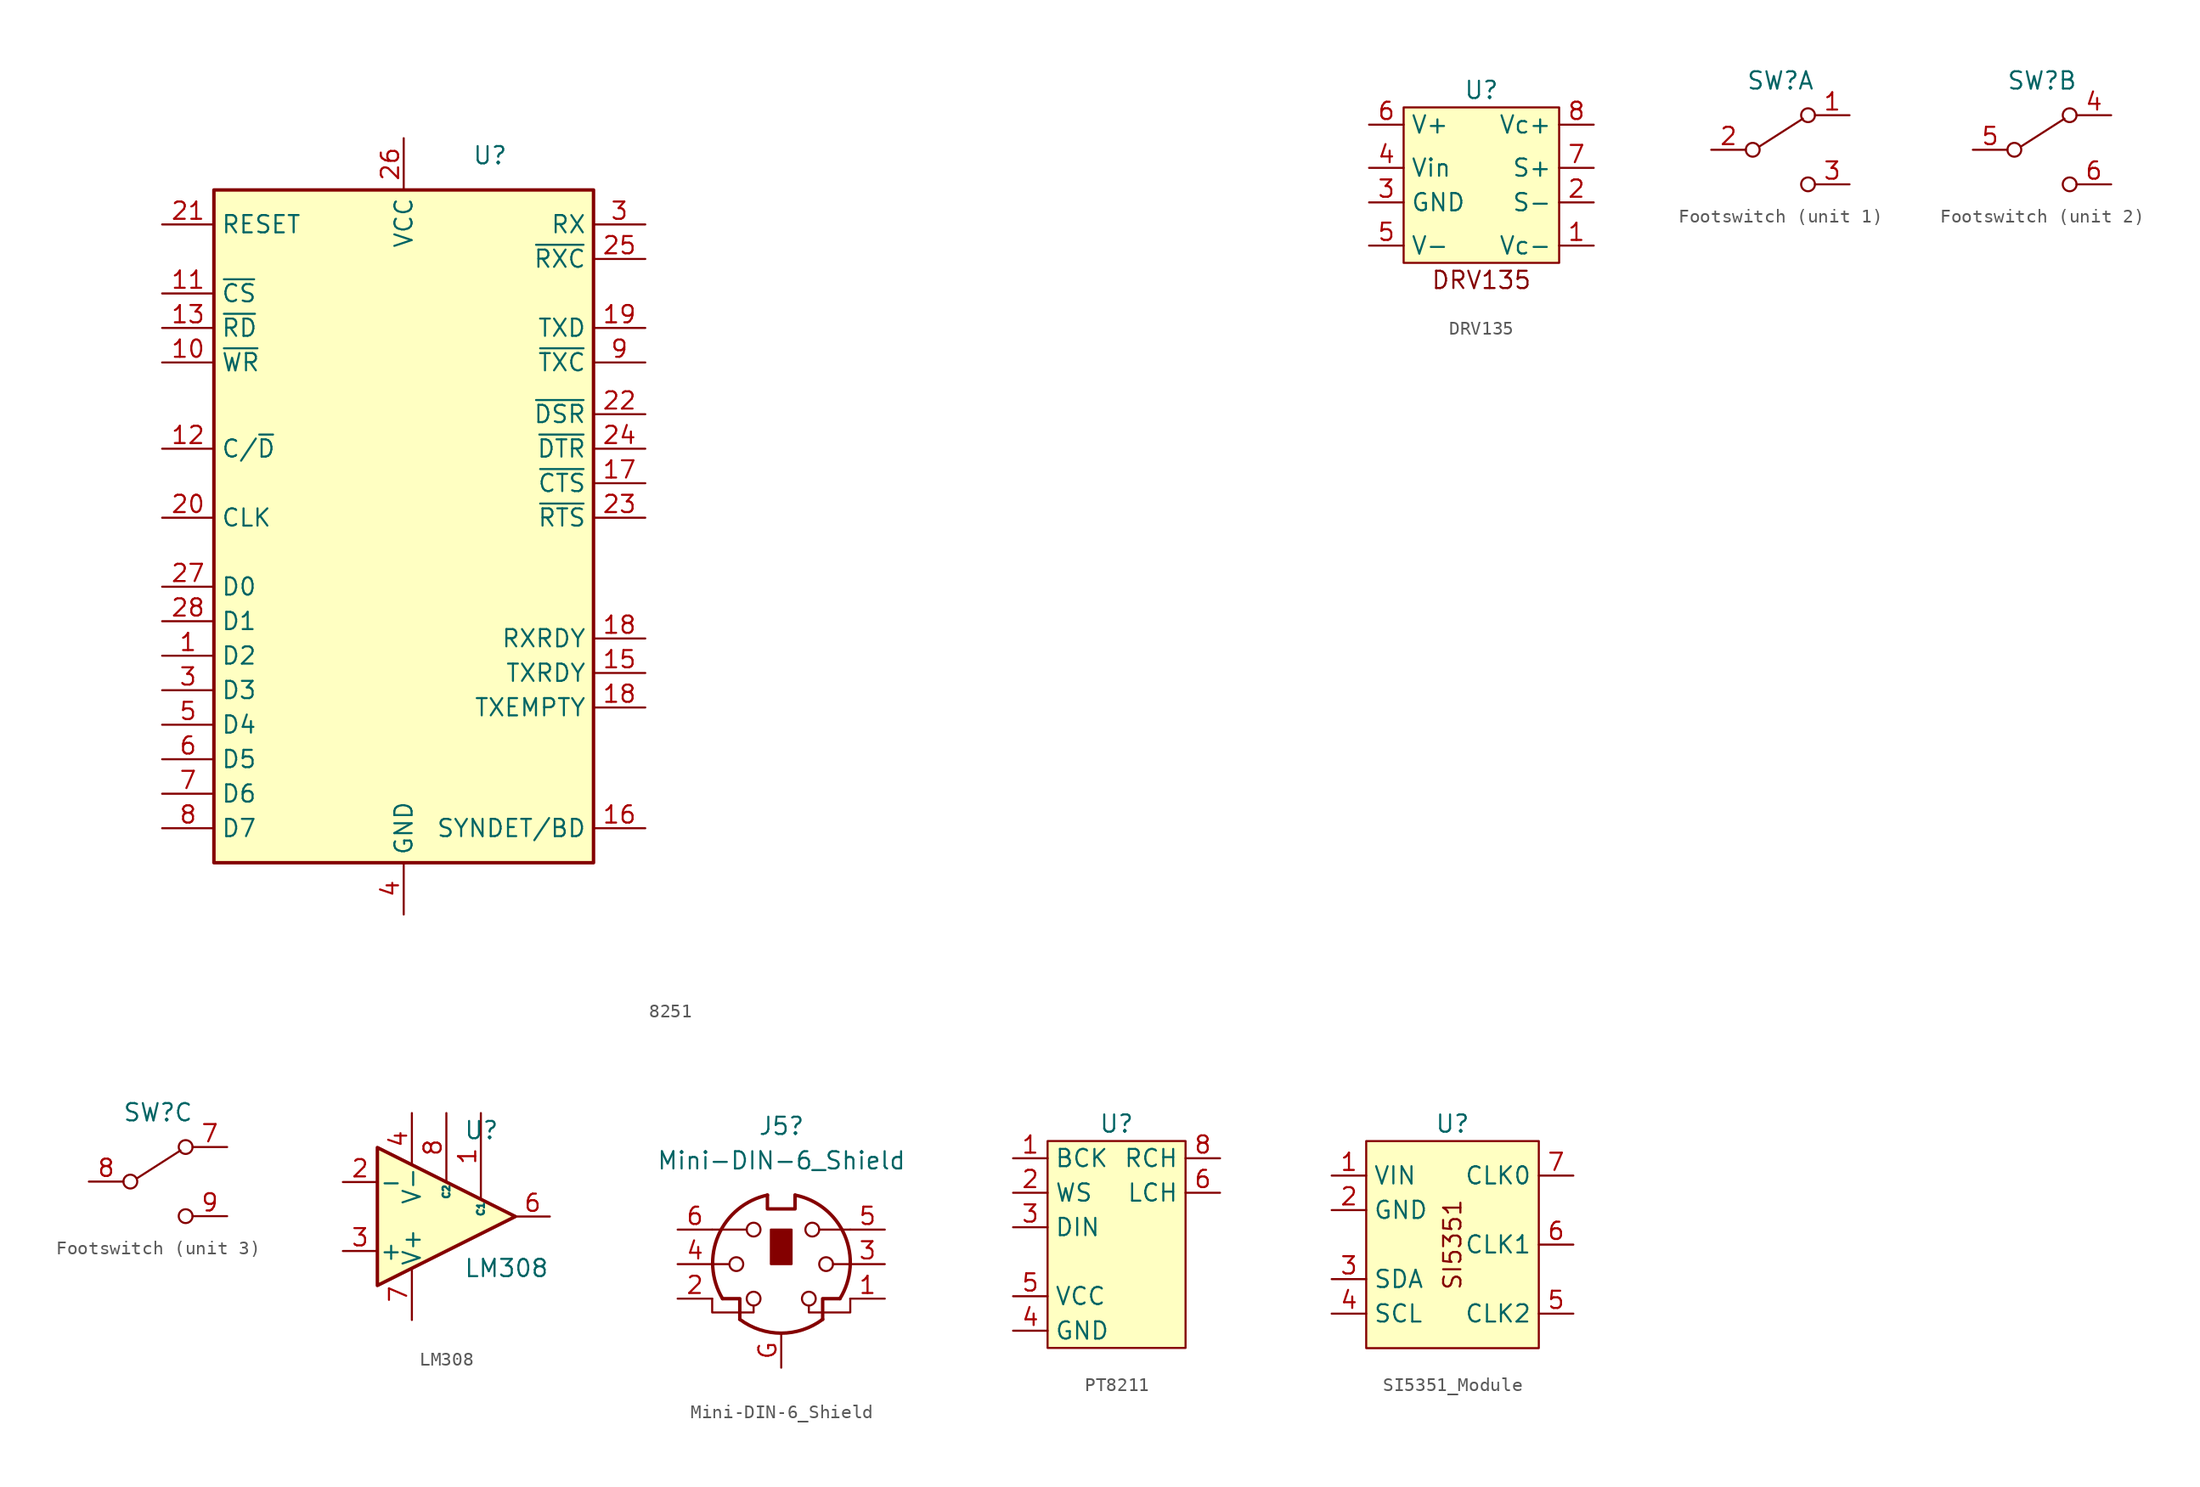
<source format=kicad_sym>
(kicad_symbol_lib
  (version 20220914)
  (generator kicad_symbol_editor)
  (symbol "8251"
    (property "Reference" "U"
      (at 6.35 34.29 0)
      (effects (font (size 1.27 1.27))))
    (property "Value" ""
      (at 57.15 12.7 0)
      (effects (font (size 1.27 1.27))))
    (symbol "8251_1_1"
      (rectangle (start -13.97 31.75) (end 13.97 -17.78) (stroke (width 0.254) (type default)) (fill (type background)))
      (pin bidirectional line (at -17.78 -2.54 0) (length 3.81) (name "D2" (effects (font (size 1.27 1.27)))) (number "1" (effects (font (size 1.27 1.27)))))
      (pin input line (at -17.78 19.05 0) (length 3.81) (name "~{WR}" (effects (font (size 1.27 1.27)))) (number "10" (effects (font (size 1.27 1.27)))))
      (pin input line (at -17.78 24.13 0) (length 3.81) (name "~{CS}" (effects (font (size 1.27 1.27)))) (number "11" (effects (font (size 1.27 1.27)))))
      (pin input line (at -17.78 12.7 0) (length 3.81) (name "C/~{D}" (effects (font (size 1.27 1.27)))) (number "12" (effects (font (size 1.27 1.27)))))
      (pin input line (at -17.78 21.59 0) (length 3.81) (name "~{RD}" (effects (font (size 1.27 1.27)))) (number "13" (effects (font (size 1.27 1.27)))))
      (pin output line (at 17.78 -3.81 180) (length 3.81) (name "TXRDY" (effects (font (size 1.27 1.27)))) (number "15" (effects (font (size 1.27 1.27)))))
      (pin bidirectional line (at 17.78 -15.24 180) (length 3.81) (name "SYNDET/BD" (effects (font (size 1.27 1.27)))) (number "16" (effects (font (size 1.27 1.27)))))
      (pin input line (at 17.78 10.16 180) (length 3.81) (name "~{CTS}" (effects (font (size 1.27 1.27)))) (number "17" (effects (font (size 1.27 1.27)))))
      (pin output line (at 17.78 -1.27 180) (length 3.81) (name "RXRDY" (effects (font (size 1.27 1.27)))) (number "18" (effects (font (size 1.27 1.27)))))
      (pin output line (at 17.78 -6.35 180) (length 3.81) (name "TXEMPTY" (effects (font (size 1.27 1.27)))) (number "18" (effects (font (size 1.27 1.27)))))
      (pin output line (at 17.78 21.59 180) (length 3.81) (name "TXD" (effects (font (size 1.27 1.27)))) (number "19" (effects (font (size 1.27 1.27)))))
      (pin input line (at -17.78 7.62 0) (length 3.81) (name "CLK" (effects (font (size 1.27 1.27)))) (number "20" (effects (font (size 1.27 1.27)))))
      (pin input line (at -17.78 29.21 0) (length 3.81) (name "RESET" (effects (font (size 1.27 1.27)))) (number "21" (effects (font (size 1.27 1.27)))))
      (pin input line (at 17.78 15.24 180) (length 3.81) (name "~{DSR}" (effects (font (size 1.27 1.27)))) (number "22" (effects (font (size 1.27 1.27)))))
      (pin output line (at 17.78 7.62 180) (length 3.81) (name "~{RTS}" (effects (font (size 1.27 1.27)))) (number "23" (effects (font (size 1.27 1.27)))))
      (pin output line (at 17.78 12.7 180) (length 3.81) (name "~{DTR}" (effects (font (size 1.27 1.27)))) (number "24" (effects (font (size 1.27 1.27)))))
      (pin input line (at 17.78 26.67 180) (length 3.81) (name "~{RXC}" (effects (font (size 1.27 1.27)))) (number "25" (effects (font (size 1.27 1.27)))))
      (pin power_in line (at 0 35.56 270) (length 3.81) (name "VCC" (effects (font (size 1.27 1.27)))) (number "26" (effects (font (size 1.27 1.27)))))
      (pin bidirectional line (at -17.78 2.54 0) (length 3.81) (name "D0" (effects (font (size 1.27 1.27)))) (number "27" (effects (font (size 1.27 1.27)))))
      (pin bidirectional line (at -17.78 0 0) (length 3.81) (name "D1" (effects (font (size 1.27 1.27)))) (number "28" (effects (font (size 1.27 1.27)))))
      (pin bidirectional line (at -17.78 -5.08 0) (length 3.81) (name "D3" (effects (font (size 1.27 1.27)))) (number "3" (effects (font (size 1.27 1.27)))))
      (pin input line (at 17.78 29.21 180) (length 3.81) (name "RX" (effects (font (size 1.27 1.27)))) (number "3" (effects (font (size 1.27 1.27)))))
      (pin power_in line (at 0 -21.59 90) (length 3.81) (name "GND" (effects (font (size 1.27 1.27)))) (number "4" (effects (font (size 1.27 1.27)))))
      (pin bidirectional line (at -17.78 -7.62 0) (length 3.81) (name "D4" (effects (font (size 1.27 1.27)))) (number "5" (effects (font (size 1.27 1.27)))))
      (pin bidirectional line (at -17.78 -10.16 0) (length 3.81) (name "D5" (effects (font (size 1.27 1.27)))) (number "6" (effects (font (size 1.27 1.27)))))
      (pin bidirectional line (at -17.78 -12.7 0) (length 3.81) (name "D6" (effects (font (size 1.27 1.27)))) (number "7" (effects (font (size 1.27 1.27)))))
      (pin bidirectional line (at -17.78 -15.24 0) (length 3.81) (name "D7" (effects (font (size 1.27 1.27)))) (number "8" (effects (font (size 1.27 1.27)))))
      (pin input line (at 17.78 19.05 180) (length 3.81) (name "~{TXC}" (effects (font (size 1.27 1.27)))) (number "9" (effects (font (size 1.27 1.27)))))))
  (symbol "DRV135"
    (property "Reference" "U"
      (at 0 6.985 0)
      (effects (font (size 1.27 1.27))))
    (property "Value" ""
      (at 0 0 0)
      (effects (font (size 1.27 1.27))))
    (symbol "DRV135_1_1"
      (rectangle (start -5.715 5.715) (end 5.715 -5.715) (stroke (width 0) (type default)) (fill (type background)))
      (text "DRV135\n" (at 0 -6.985 0) (effects (font (size 1.27 1.27))))
      (pin output line (at 8.255 -4.445 180) (length 2.54) (name "Vc-" (effects (font (size 1.27 1.27)))) (number "1" (effects (font (size 1.27 1.27)))))
      (pin output line (at 8.255 -1.27 180) (length 2.54) (name "S-" (effects (font (size 1.27 1.27)))) (number "2" (effects (font (size 1.27 1.27)))))
      (pin input line (at -8.255 -1.27 0) (length 2.54) (name "GND" (effects (font (size 1.27 1.27)))) (number "3" (effects (font (size 1.27 1.27)))))
      (pin input line (at -8.255 1.27 0) (length 2.54) (name "Vin" (effects (font (size 1.27 1.27)))) (number "4" (effects (font (size 1.27 1.27)))))
      (pin power_in line (at -8.255 -4.445 0) (length 2.54) (name "V-" (effects (font (size 1.27 1.27)))) (number "5" (effects (font (size 1.27 1.27)))))
      (pin power_in line (at -8.255 4.445 0) (length 2.54) (name "V+" (effects (font (size 1.27 1.27)))) (number "6" (effects (font (size 1.27 1.27)))))
      (pin output line (at 8.255 1.27 180) (length 2.54) (name "S+" (effects (font (size 1.27 1.27)))) (number "7" (effects (font (size 1.27 1.27)))))
      (pin output line (at 8.255 4.445 180) (length 2.54) (name "Vc+" (effects (font (size 1.27 1.27)))) (number "8" (effects (font (size 1.27 1.27)))))))
  (symbol "Footswitch"
    (property "Reference" "SW"
      (at 0 5.08 0)
      (effects (font (size 1.27 1.27))))
    (property "Value" ""
      (at 0 0 0)
      (effects (font (size 1.27 1.27))))
    (property "ki_locked" ""
      (at 0 0 0)
      (effects (font (size 1.27 1.27))))
    (symbol "Footswitch_0_0"
      (circle (center -2.032 0) (radius 0.508) (stroke (width 0) (type default)) (fill (type none)))
      (circle (center 2.032 -2.54) (radius 0.508) (stroke (width 0) (type default)) (fill (type none))))
    (symbol "Footswitch_0_1"
      (polyline (pts (xy -1.524 0.254) (xy 1.651 2.286)) (stroke (width 0) (type default)) (fill (type none)))
      (circle (center 2.032 2.54) (radius 0.508) (stroke (width 0) (type default)) (fill (type none))))
    (symbol "Footswitch_1_1"
      (pin passive line (at 5.08 2.54 180) (length 2.54) (name "" (effects (font (size 1.27 1.27)))) (number "1" (effects (font (size 1.27 1.27)))))
      (pin passive line (at -5.08 0 0) (length 2.54) (name "" (effects (font (size 1.27 1.27)))) (number "2" (effects (font (size 1.27 1.27)))))
      (pin passive line (at 5.08 -2.54 180) (length 2.54) (name "" (effects (font (size 1.27 1.27)))) (number "3" (effects (font (size 1.27 1.27))))))
    (symbol "Footswitch_2_1"
      (pin passive line (at 5.08 2.54 180) (length 2.54) (name "" (effects (font (size 1.27 1.27)))) (number "4" (effects (font (size 1.27 1.27)))))
      (pin passive line (at -5.08 0 0) (length 2.54) (name "" (effects (font (size 1.27 1.27)))) (number "5" (effects (font (size 1.27 1.27)))))
      (pin passive line (at 5.08 -2.54 180) (length 2.54) (name "" (effects (font (size 1.27 1.27)))) (number "6" (effects (font (size 1.27 1.27))))))
    (symbol "Footswitch_3_1"
      (pin passive line (at 5.08 2.54 180) (length 2.54) (name "" (effects (font (size 1.27 1.27)))) (number "7" (effects (font (size 1.27 1.27)))))
      (pin passive line (at -5.08 0 0) (length 2.54) (name "" (effects (font (size 1.27 1.27)))) (number "8" (effects (font (size 1.27 1.27)))))
      (pin passive line (at 5.08 -2.54 180) (length 2.54) (name "" (effects (font (size 1.27 1.27)))) (number "9" (effects (font (size 1.27 1.27)))))))
  (symbol "LM308"
    (pin_names
      (offset 0.127))
    (property "Reference" "U"
      (at 1.27 6.35 0)
      (effects (font (size 1.27 1.27)) (justify left)))
    (property "Value" "LM308"
      (at 1.27 -3.81 0)
      (effects (font (size 1.27 1.27)) (justify left)))
    (symbol "LM308_0_1"
      (polyline (pts (xy -5.08 5.08) (xy 5.08 0) (xy -5.08 -5.08) (xy -5.08 5.08)) (stroke (width 0.254) (type default)) (fill (type background))))
    (symbol "LM308_1_1"
      (pin input line (at 2.54 7.62 270) (length 6.35) (name "C1" (effects (font (size 0.508 0.508)))) (number "1" (effects (font (size 1.27 1.27)))))
      (pin input line (at -7.62 2.54 0) (length 2.54) (name "-" (effects (font (size 1.27 1.27)))) (number "2" (effects (font (size 1.27 1.27)))))
      (pin input line (at -7.62 -2.54 0) (length 2.54) (name "+" (effects (font (size 1.27 1.27)))) (number "3" (effects (font (size 1.27 1.27)))))
      (pin power_in line (at -2.54 7.62 270) (length 3.81) (name "V-" (effects (font (size 1.27 1.27)))) (number "4" (effects (font (size 1.27 1.27)))))
      (pin output line (at 7.62 0 180) (length 2.54) (name "~" (effects (font (size 1.27 1.27)))) (number "6" (effects (font (size 1.27 1.27)))))
      (pin power_in line (at -2.54 -7.62 90) (length 3.81) (name "V+" (effects (font (size 1.27 1.27)))) (number "7" (effects (font (size 1.27 1.27)))))
      (pin input line (at 0 7.62 270) (length 5.08) (name "C2" (effects (font (size 0.508 0.508)))) (number "8" (effects (font (size 1.27 1.27)))))))
  (symbol "Mini-DIN-6_Shield"
    (pin_names
      (offset 1.016))
    (property "Reference" "J5"
      (at 0.018 10.16 0)
      (effects (font (size 1.27 1.27))))
    (property "Value" "Mini-DIN-6_Shield"
      (at 0.018 7.62 0)
      (effects (font (size 1.27 1.27))))
    (symbol "Mini-DIN-6_Shield_0_1"
      (circle (center -3.302 0) (radius 0.508) (stroke (width 0) (type default)) (fill (type none)))
      (arc (start -3.048 -4.064) (mid 0 -5.08) (end 3.048 -4.064) (stroke (width 0.254) (type default)) (fill (type none)))
      (circle (center -2.032 -2.54) (radius 0.508) (stroke (width 0) (type default)) (fill (type none)))
      (circle (center -2.032 2.54) (radius 0.508) (stroke (width 0) (type default)) (fill (type none)))
      (arc (start -1.016 5.08) (mid -4.6243 2.1182) (end -4.318 -2.54) (stroke (width 0.254) (type default)) (fill (type none)))
      (rectangle (start -0.762 2.54) (end 0.762 0) (stroke (width 0) (type default)) (fill (type outline)))
      (polyline (pts (xy -3.81 0) (xy -5.08 0)) (stroke (width 0) (type default)) (fill (type none)))
      (polyline (pts (xy -2.54 2.54) (xy -5.08 2.54)) (stroke (width 0) (type default)) (fill (type none)))
      (polyline (pts (xy 2.794 2.54) (xy 5.08 2.54)) (stroke (width 0) (type default)) (fill (type none)))
      (polyline (pts (xy 5.08 0) (xy 3.81 0)) (stroke (width 0) (type default)) (fill (type none)))
      (polyline (pts (xy -4.318 -2.54) (xy -3.048 -2.54) (xy -3.048 -4.064)) (stroke (width 0.254) (type default)) (fill (type none)))
      (polyline (pts (xy 4.318 -2.54) (xy 3.048 -2.54) (xy 3.048 -4.064)) (stroke (width 0.254) (type default)) (fill (type none)))
      (polyline (pts (xy -2.032 -3.048) (xy -2.032 -3.556) (xy -5.08 -3.556) (xy -5.08 -2.54)) (stroke (width 0) (type default)) (fill (type none)))
      (polyline (pts (xy -1.016 5.08) (xy -1.016 4.064) (xy 1.016 4.064) (xy 1.016 5.08)) (stroke (width 0.254) (type default)) (fill (type none)))
      (polyline (pts (xy 2.032 -3.048) (xy 2.032 -3.556) (xy 5.08 -3.556) (xy 5.08 -2.54)) (stroke (width 0) (type default)) (fill (type none)))
      (circle (center 2.032 -2.54) (radius 0.508) (stroke (width 0) (type default)) (fill (type none)))
      (circle (center 2.286 2.54) (radius 0.508) (stroke (width 0) (type default)) (fill (type none)))
      (circle (center 3.302 0) (radius 0.508) (stroke (width 0) (type default)) (fill (type none)))
      (arc (start 4.318 -2.54) (mid 4.6646 2.1357) (end 1.016 5.08) (stroke (width 0.254) (type default)) (fill (type none))))
    (symbol "Mini-DIN-6_Shield_1_1"
      (pin passive line (at 7.62 -2.54 180) (length 2.54) (name "~" (effects (font (size 1.27 1.27)))) (number "1" (effects (font (size 1.27 1.27)))))
      (pin passive line (at -7.62 -2.54 0) (length 2.54) (name "~" (effects (font (size 1.27 1.27)))) (number "2" (effects (font (size 1.27 1.27)))))
      (pin passive line (at 7.62 0 180) (length 2.54) (name "~" (effects (font (size 1.27 1.27)))) (number "3" (effects (font (size 1.27 1.27)))))
      (pin passive line (at -7.62 0 0) (length 2.54) (name "~" (effects (font (size 1.27 1.27)))) (number "4" (effects (font (size 1.27 1.27)))))
      (pin passive line (at 7.62 2.54 180) (length 2.54) (name "~" (effects (font (size 1.27 1.27)))) (number "5" (effects (font (size 1.27 1.27)))))
      (pin passive line (at -7.62 2.54 0) (length 2.54) (name "~" (effects (font (size 1.27 1.27)))) (number "6" (effects (font (size 1.27 1.27)))))
      (pin passive line (at 0 -7.62 90) (length 2.54) (name "~" (effects (font (size 1.27 1.27)))) (number "G" (effects (font (size 1.27 1.27)))))))
  (symbol "PT8211"
    (property "Reference" "U"
      (at 0 8.89 0)
      (effects (font (size 1.27 1.27))))
    (property "Value" ""
      (at -2.54 8.89 0)
      (effects (font (size 1.27 1.27))))
    (symbol "PT8211_1_1"
      (rectangle (start -5.08 7.62) (end 5.08 -7.62) (stroke (width 0) (type default)) (fill (type background)))
      (pin input line (at -7.62 6.35 0) (length 2.54) (name "BCK" (effects (font (size 1.27 1.27)))) (number "1" (effects (font (size 1.27 1.27)))))
      (pin input line (at -7.62 3.81 0) (length 2.54) (name "WS" (effects (font (size 1.27 1.27)))) (number "2" (effects (font (size 1.27 1.27)))))
      (pin input line (at -7.62 1.27 0) (length 2.54) (name "DIN" (effects (font (size 1.27 1.27)))) (number "3" (effects (font (size 1.27 1.27)))))
      (pin power_in line (at -7.62 -6.35 0) (length 2.54) (name "GND" (effects (font (size 1.27 1.27)))) (number "4" (effects (font (size 1.27 1.27)))))
      (pin power_in line (at -7.62 -3.81 0) (length 2.54) (name "VCC" (effects (font (size 1.27 1.27)))) (number "5" (effects (font (size 1.27 1.27)))))
      (pin output line (at 7.62 3.81 180) (length 2.54) (name "LCH" (effects (font (size 1.27 1.27)))) (number "6" (effects (font (size 1.27 1.27)))))
      (pin no_connect line (at 7.62 -6.35 180) (length 2.54) hide (name "NC" (effects (font (size 1.27 1.27)))) (number "7" (effects (font (size 1.27 1.27)))))
      (pin output line (at 7.62 6.35 180) (length 2.54) (name "RCH" (effects (font (size 1.27 1.27)))) (number "8" (effects (font (size 1.27 1.27)))))))
  (symbol "SI5351_Module"
    (property "Reference" "U"
      (at 2.54 10.16 0)
      (effects (font (size 1.27 1.27))))
    (property "Value" ""
      (at 0 0 0)
      (effects (font (size 1.27 1.27))))
    (symbol "SI5351_Module_1_1"
      (rectangle (start -3.81 8.89) (end 8.89 -6.35) (stroke (width 0) (type default)) (fill (type background)))
      (text "SI5351" (at 2.54 1.27 900) (effects (font (size 1.27 1.27))))
      (pin power_in line (at -6.35 6.35 0) (length 2.54) (name "VIN" (effects (font (size 1.27 1.27)))) (number "1" (effects (font (size 1.27 1.27)))))
      (pin power_in line (at -6.35 3.81 0) (length 2.54) (name "GND" (effects (font (size 1.27 1.27)))) (number "2" (effects (font (size 1.27 1.27)))))
      (pin bidirectional line (at -6.35 -1.27 0) (length 2.54) (name "SDA" (effects (font (size 1.27 1.27)))) (number "3" (effects (font (size 1.27 1.27)))))
      (pin bidirectional line (at -6.35 -3.81 0) (length 2.54) (name "SCL" (effects (font (size 1.27 1.27)))) (number "4" (effects (font (size 1.27 1.27)))))
      (pin output line (at 11.43 -3.81 180) (length 2.54) (name "CLK2" (effects (font (size 1.27 1.27)))) (number "5" (effects (font (size 1.27 1.27)))))
      (pin output line (at 11.43 1.27 180) (length 2.54) (name "CLK1" (effects (font (size 1.27 1.27)))) (number "6" (effects (font (size 1.27 1.27)))))
      (pin output line (at 11.43 6.35 180) (length 2.54) (name "CLK0" (effects (font (size 1.27 1.27)))) (number "7" (effects (font (size 1.27 1.27))))))))
</source>
